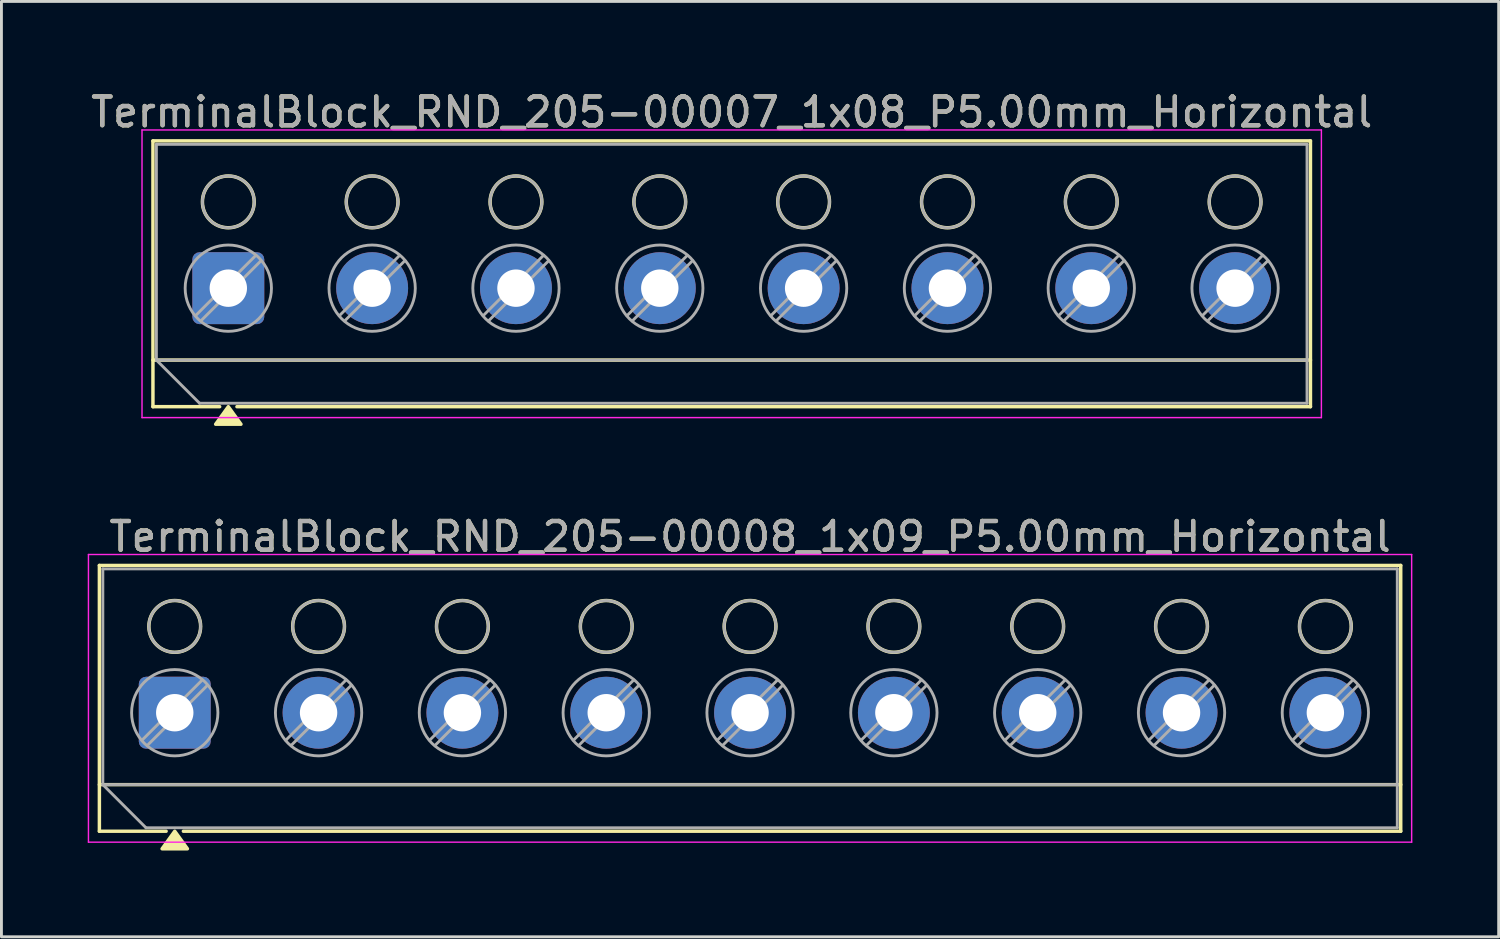
<source format=kicad_pcb>
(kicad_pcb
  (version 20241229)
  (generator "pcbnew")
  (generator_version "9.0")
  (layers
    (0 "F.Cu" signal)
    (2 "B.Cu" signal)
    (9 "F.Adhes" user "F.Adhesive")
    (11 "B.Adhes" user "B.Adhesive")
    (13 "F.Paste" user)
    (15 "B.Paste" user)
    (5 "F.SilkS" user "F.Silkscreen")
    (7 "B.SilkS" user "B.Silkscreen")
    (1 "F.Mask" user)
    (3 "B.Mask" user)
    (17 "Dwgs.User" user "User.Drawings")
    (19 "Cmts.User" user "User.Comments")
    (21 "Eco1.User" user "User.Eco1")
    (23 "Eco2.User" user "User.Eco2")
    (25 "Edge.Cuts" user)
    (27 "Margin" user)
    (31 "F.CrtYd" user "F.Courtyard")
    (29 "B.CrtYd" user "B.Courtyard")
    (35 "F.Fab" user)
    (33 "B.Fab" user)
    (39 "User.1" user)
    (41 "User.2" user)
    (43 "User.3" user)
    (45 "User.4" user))
  (footprint "TerminalBlock_RND_205-00008_1x09_P5.00mm_Horizontal"
    (layer "F.Cu")
    (at 3.025 21.727)
    (property "Reference" "TerminalBlock_RND_205-00008_1x09_P5.00mm_Horizontal" (at 20 -6.12 0) (layer "F.SilkS") (effects (font (size 1 1) (thickness 0.15))))
    (attr through_hole)
    (fp_line (start -2.62 -5.12) (end 42.62 -5.12) (stroke (width 0.12) (type solid)) (layer "F.SilkS"))
    (fp_line (start -2.62 2.5) (end 42.62 2.5) (stroke (width 0.12) (type solid)) (layer "F.SilkS"))
    (fp_line (start -2.62 4.12) (end -2.62 -5.12) (stroke (width 0.12) (type solid)) (layer "F.SilkS"))
    (fp_line (start -0.3 4.12) (end -2.62 4.12) (stroke (width 0.12) (type solid)) (layer "F.SilkS"))
    (fp_line (start 42.62 -5.12) (end 42.62 4.12) (stroke (width 0.12) (type solid)) (layer "F.SilkS"))
    (fp_line (start 42.62 4.12) (end 0.3 4.12) (stroke (width 0.12) (type solid)) (layer "F.SilkS"))
    (fp_circle (center 0 -3) (end 0.9 -3) (stroke (width 0.12) (type solid)) (fill no) (layer "F.SilkS"))
    (fp_circle (center 5 -3) (end 5.9 -3) (stroke (width 0.12) (type solid)) (fill no) (layer "F.SilkS"))
    (fp_circle (center 10 -3) (end 10.9 -3) (stroke (width 0.12) (type solid)) (fill no) (layer "F.SilkS"))
    (fp_circle (center 15 -3) (end 15.9 -3) (stroke (width 0.12) (type solid)) (fill no) (layer "F.SilkS"))
    (fp_circle (center 20 -3) (end 20.9 -3) (stroke (width 0.12) (type solid)) (fill no) (layer "F.SilkS"))
    (fp_circle (center 25 -3) (end 25.9 -3) (stroke (width 0.12) (type solid)) (fill no) (layer "F.SilkS"))
    (fp_circle (center 30 -3) (end 30.9 -3) (stroke (width 0.12) (type solid)) (fill no) (layer "F.SilkS"))
    (fp_circle (center 35 -3) (end 35.9 -3) (stroke (width 0.12) (type solid)) (fill no) (layer "F.SilkS"))
    (fp_circle (center 40 -3) (end 40.9 -3) (stroke (width 0.12) (type solid)) (fill no) (layer "F.SilkS"))
    (fp_poly (pts (xy 0 4.12) (xy 0.44 4.73) (xy -0.44 4.73)) (stroke (width 0.12) (type solid)) (fill yes) (layer "F.SilkS"))
    (fp_line (start -3 -5.5) (end -3 4.5) (stroke (width 0.05) (type solid)) (layer "F.CrtYd"))
    (fp_line (start -3 4.5) (end 43 4.5) (stroke (width 0.05) (type solid)) (layer "F.CrtYd"))
    (fp_line (start 43 -5.5) (end -3 -5.5) (stroke (width 0.05) (type solid)) (layer "F.CrtYd"))
    (fp_line (start 43 4.5) (end 43 -5.5) (stroke (width 0.05) (type solid)) (layer "F.CrtYd"))
    (fp_line (start -2.5 -5) (end 42.5 -5) (stroke (width 0.1) (type solid)) (layer "F.Fab"))
    (fp_line (start -2.5 2.5) (end -2.5 -5) (stroke (width 0.1) (type solid)) (layer "F.Fab"))
    (fp_line (start -2.5 2.5) (end 42.5 2.5) (stroke (width 0.1) (type solid)) (layer "F.Fab"))
    (fp_line (start -1 4) (end -2.5 2.5) (stroke (width 0.1) (type solid)) (layer "F.Fab"))
    (fp_line (start 0.955 -1.138) (end -1.138 0.955) (stroke (width 0.1) (type solid)) (layer "F.Fab"))
    (fp_line (start 1.138 -0.955) (end -0.955 1.138) (stroke (width 0.1) (type solid)) (layer "F.Fab"))
    (fp_line (start 5.955 -1.138) (end 3.862 0.955) (stroke (width 0.1) (type solid)) (layer "F.Fab"))
    (fp_line (start 6.138 -0.955) (end 4.045 1.138) (stroke (width 0.1) (type solid)) (layer "F.Fab"))
    (fp_line (start 10.955 -1.138) (end 8.862 0.955) (stroke (width 0.1) (type solid)) (layer "F.Fab"))
    (fp_line (start 11.138 -0.955) (end 9.045 1.138) (stroke (width 0.1) (type solid)) (layer "F.Fab"))
    (fp_line (start 15.955 -1.138) (end 13.862 0.955) (stroke (width 0.1) (type solid)) (layer "F.Fab"))
    (fp_line (start 16.138 -0.955) (end 14.045 1.138) (stroke (width 0.1) (type solid)) (layer "F.Fab"))
    (fp_line (start 20.955 -1.138) (end 18.862 0.955) (stroke (width 0.1) (type solid)) (layer "F.Fab"))
    (fp_line (start 21.138 -0.955) (end 19.045 1.138) (stroke (width 0.1) (type solid)) (layer "F.Fab"))
    (fp_line (start 25.955 -1.138) (end 23.862 0.955) (stroke (width 0.1) (type solid)) (layer "F.Fab"))
    (fp_line (start 26.138 -0.955) (end 24.045 1.138) (stroke (width 0.1) (type solid)) (layer "F.Fab"))
    (fp_line (start 30.955 -1.138) (end 28.862 0.955) (stroke (width 0.1) (type solid)) (layer "F.Fab"))
    (fp_line (start 31.138 -0.955) (end 29.045 1.138) (stroke (width 0.1) (type solid)) (layer "F.Fab"))
    (fp_line (start 35.955 -1.138) (end 33.862 0.955) (stroke (width 0.1) (type solid)) (layer "F.Fab"))
    (fp_line (start 36.138 -0.955) (end 34.045 1.138) (stroke (width 0.1) (type solid)) (layer "F.Fab"))
    (fp_line (start 40.955 -1.138) (end 38.862 0.955) (stroke (width 0.1) (type solid)) (layer "F.Fab"))
    (fp_line (start 41.138 -0.955) (end 39.045 1.138) (stroke (width 0.1) (type solid)) (layer "F.Fab"))
    (fp_line (start 42.5 -5) (end 42.5 4) (stroke (width 0.1) (type solid)) (layer "F.Fab"))
    (fp_line (start 42.5 4) (end -1 4) (stroke (width 0.1) (type solid)) (layer "F.Fab"))
    (fp_circle (center 0 -3) (end 0.9 -3) (stroke (width 0.1) (type solid)) (fill no) (layer "F.Fab"))
    (fp_circle (center 0 0) (end 1.5 0) (stroke (width 0.1) (type solid)) (fill no) (layer "F.Fab"))
    (fp_circle (center 5 -3) (end 5.9 -3) (stroke (width 0.1) (type solid)) (fill no) (layer "F.Fab"))
    (fp_circle (center 5 0) (end 6.5 0) (stroke (width 0.1) (type solid)) (fill no) (layer "F.Fab"))
    (fp_circle (center 10 -3) (end 10.9 -3) (stroke (width 0.1) (type solid)) (fill no) (layer "F.Fab"))
    (fp_circle (center 10 0) (end 11.5 0) (stroke (width 0.1) (type solid)) (fill no) (layer "F.Fab"))
    (fp_circle (center 15 -3) (end 15.9 -3) (stroke (width 0.1) (type solid)) (fill no) (layer "F.Fab"))
    (fp_circle (center 15 0) (end 16.5 0) (stroke (width 0.1) (type solid)) (fill no) (layer "F.Fab"))
    (fp_circle (center 20 -3) (end 20.9 -3) (stroke (width 0.1) (type solid)) (fill no) (layer "F.Fab"))
    (fp_circle (center 20 0) (end 21.5 0) (stroke (width 0.1) (type solid)) (fill no) (layer "F.Fab"))
    (fp_circle (center 25 -3) (end 25.9 -3) (stroke (width 0.1) (type solid)) (fill no) (layer "F.Fab"))
    (fp_circle (center 25 0) (end 26.5 0) (stroke (width 0.1) (type solid)) (fill no) (layer "F.Fab"))
    (fp_circle (center 30 -3) (end 30.9 -3) (stroke (width 0.1) (type solid)) (fill no) (layer "F.Fab"))
    (fp_circle (center 30 0) (end 31.5 0) (stroke (width 0.1) (type solid)) (fill no) (layer "F.Fab"))
    (fp_circle (center 35 -3) (end 35.9 -3) (stroke (width 0.1) (type solid)) (fill no) (layer "F.Fab"))
    (fp_circle (center 35 0) (end 36.5 0) (stroke (width 0.1) (type solid)) (fill no) (layer "F.Fab"))
    (fp_circle (center 40 -3) (end 40.9 -3) (stroke (width 0.1) (type solid)) (fill no) (layer "F.Fab"))
    (fp_circle (center 40 0) (end 41.5 0) (stroke (width 0.1) (type solid)) (fill no) (layer "F.Fab"))
    (fp_text user "${REFERENCE}" (at 20 -6.12 0) (layer "F.Fab") (effects (font (size 1 1) (thickness 0.15))))
    (pad "1" thru_hole roundrect (at 0 0) (size 2.5 2.5) (drill 1.3) (layers "*.Cu" "*.Mask") (roundrect_rratio 0.1))
    (pad "2" thru_hole circle (at 5 0) (size 2.5 2.5) (drill 1.3) (layers "*.Cu" "*.Mask"))
    (pad "3" thru_hole circle (at 10 0) (size 2.5 2.5) (drill 1.3) (layers "*.Cu" "*.Mask"))
    (pad "4" thru_hole circle (at 15 0) (size 2.5 2.5) (drill 1.3) (layers "*.Cu" "*.Mask"))
    (pad "5" thru_hole circle (at 20 0) (size 2.5 2.5) (drill 1.3) (layers "*.Cu" "*.Mask"))
    (pad "6" thru_hole circle (at 25 0) (size 2.5 2.5) (drill 1.3) (layers "*.Cu" "*.Mask"))
    (pad "7" thru_hole circle (at 30 0) (size 2.5 2.5) (drill 1.3) (layers "*.Cu" "*.Mask"))
    (pad "8" thru_hole circle (at 35 0) (size 2.5 2.5) (drill 1.3) (layers "*.Cu" "*.Mask"))
    (pad "9" thru_hole circle (at 40 0) (size 2.5 2.5) (drill 1.3) (layers "*.Cu" "*.Mask")))
  (footprint "TerminalBlock_RND_205-00007_1x08_P5.00mm_Horizontal"
    (layer "F.Cu")
    (at 4.887 6.968)
    (property "Reference" "TerminalBlock_RND_205-00007_1x08_P5.00mm_Horizontal" (at 17.5 -6.12 0) (layer "F.SilkS") (effects (font (size 1 1) (thickness 0.15))))
    (attr through_hole)
    (fp_line (start -2.62 -5.12) (end 37.62 -5.12) (stroke (width 0.12) (type solid)) (layer "F.SilkS"))
    (fp_line (start -2.62 2.5) (end 37.62 2.5) (stroke (width 0.12) (type solid)) (layer "F.SilkS"))
    (fp_line (start -2.62 4.12) (end -2.62 -5.12) (stroke (width 0.12) (type solid)) (layer "F.SilkS"))
    (fp_line (start -0.3 4.12) (end -2.62 4.12) (stroke (width 0.12) (type solid)) (layer "F.SilkS"))
    (fp_line (start 37.62 -5.12) (end 37.62 4.12) (stroke (width 0.12) (type solid)) (layer "F.SilkS"))
    (fp_line (start 37.62 4.12) (end 0.3 4.12) (stroke (width 0.12) (type solid)) (layer "F.SilkS"))
    (fp_circle (center 0 -3) (end 0.9 -3) (stroke (width 0.12) (type solid)) (fill no) (layer "F.SilkS"))
    (fp_circle (center 5 -3) (end 5.9 -3) (stroke (width 0.12) (type solid)) (fill no) (layer "F.SilkS"))
    (fp_circle (center 10 -3) (end 10.9 -3) (stroke (width 0.12) (type solid)) (fill no) (layer "F.SilkS"))
    (fp_circle (center 15 -3) (end 15.9 -3) (stroke (width 0.12) (type solid)) (fill no) (layer "F.SilkS"))
    (fp_circle (center 20 -3) (end 20.9 -3) (stroke (width 0.12) (type solid)) (fill no) (layer "F.SilkS"))
    (fp_circle (center 25 -3) (end 25.9 -3) (stroke (width 0.12) (type solid)) (fill no) (layer "F.SilkS"))
    (fp_circle (center 30 -3) (end 30.9 -3) (stroke (width 0.12) (type solid)) (fill no) (layer "F.SilkS"))
    (fp_circle (center 35 -3) (end 35.9 -3) (stroke (width 0.12) (type solid)) (fill no) (layer "F.SilkS"))
    (fp_poly (pts (xy 0 4.12) (xy 0.44 4.73) (xy -0.44 4.73)) (stroke (width 0.12) (type solid)) (fill yes) (layer "F.SilkS"))
    (fp_line (start -3 -5.5) (end -3 4.5) (stroke (width 0.05) (type solid)) (layer "F.CrtYd"))
    (fp_line (start -3 4.5) (end 38 4.5) (stroke (width 0.05) (type solid)) (layer "F.CrtYd"))
    (fp_line (start 38 -5.5) (end -3 -5.5) (stroke (width 0.05) (type solid)) (layer "F.CrtYd"))
    (fp_line (start 38 4.5) (end 38 -5.5) (stroke (width 0.05) (type solid)) (layer "F.CrtYd"))
    (fp_line (start -2.5 -5) (end 37.5 -5) (stroke (width 0.1) (type solid)) (layer "F.Fab"))
    (fp_line (start -2.5 2.5) (end -2.5 -5) (stroke (width 0.1) (type solid)) (layer "F.Fab"))
    (fp_line (start -2.5 2.5) (end 37.5 2.5) (stroke (width 0.1) (type solid)) (layer "F.Fab"))
    (fp_line (start -1 4) (end -2.5 2.5) (stroke (width 0.1) (type solid)) (layer "F.Fab"))
    (fp_line (start 0.955 -1.138) (end -1.138 0.955) (stroke (width 0.1) (type solid)) (layer "F.Fab"))
    (fp_line (start 1.138 -0.955) (end -0.955 1.138) (stroke (width 0.1) (type solid)) (layer "F.Fab"))
    (fp_line (start 5.955 -1.138) (end 3.862 0.955) (stroke (width 0.1) (type solid)) (layer "F.Fab"))
    (fp_line (start 6.138 -0.955) (end 4.045 1.138) (stroke (width 0.1) (type solid)) (layer "F.Fab"))
    (fp_line (start 10.955 -1.138) (end 8.862 0.955) (stroke (width 0.1) (type solid)) (layer "F.Fab"))
    (fp_line (start 11.138 -0.955) (end 9.045 1.138) (stroke (width 0.1) (type solid)) (layer "F.Fab"))
    (fp_line (start 15.955 -1.138) (end 13.862 0.955) (stroke (width 0.1) (type solid)) (layer "F.Fab"))
    (fp_line (start 16.138 -0.955) (end 14.045 1.138) (stroke (width 0.1) (type solid)) (layer "F.Fab"))
    (fp_line (start 20.955 -1.138) (end 18.862 0.955) (stroke (width 0.1) (type solid)) (layer "F.Fab"))
    (fp_line (start 21.138 -0.955) (end 19.045 1.138) (stroke (width 0.1) (type solid)) (layer "F.Fab"))
    (fp_line (start 25.955 -1.138) (end 23.862 0.955) (stroke (width 0.1) (type solid)) (layer "F.Fab"))
    (fp_line (start 26.138 -0.955) (end 24.045 1.138) (stroke (width 0.1) (type solid)) (layer "F.Fab"))
    (fp_line (start 30.955 -1.138) (end 28.862 0.955) (stroke (width 0.1) (type solid)) (layer "F.Fab"))
    (fp_line (start 31.138 -0.955) (end 29.045 1.138) (stroke (width 0.1) (type solid)) (layer "F.Fab"))
    (fp_line (start 35.955 -1.138) (end 33.862 0.955) (stroke (width 0.1) (type solid)) (layer "F.Fab"))
    (fp_line (start 36.138 -0.955) (end 34.045 1.138) (stroke (width 0.1) (type solid)) (layer "F.Fab"))
    (fp_line (start 37.5 -5) (end 37.5 4) (stroke (width 0.1) (type solid)) (layer "F.Fab"))
    (fp_line (start 37.5 4) (end -1 4) (stroke (width 0.1) (type solid)) (layer "F.Fab"))
    (fp_circle (center 0 -3) (end 0.9 -3) (stroke (width 0.1) (type solid)) (fill no) (layer "F.Fab"))
    (fp_circle (center 0 0) (end 1.5 0) (stroke (width 0.1) (type solid)) (fill no) (layer "F.Fab"))
    (fp_circle (center 5 -3) (end 5.9 -3) (stroke (width 0.1) (type solid)) (fill no) (layer "F.Fab"))
    (fp_circle (center 5 0) (end 6.5 0) (stroke (width 0.1) (type solid)) (fill no) (layer "F.Fab"))
    (fp_circle (center 10 -3) (end 10.9 -3) (stroke (width 0.1) (type solid)) (fill no) (layer "F.Fab"))
    (fp_circle (center 10 0) (end 11.5 0) (stroke (width 0.1) (type solid)) (fill no) (layer "F.Fab"))
    (fp_circle (center 15 -3) (end 15.9 -3) (stroke (width 0.1) (type solid)) (fill no) (layer "F.Fab"))
    (fp_circle (center 15 0) (end 16.5 0) (stroke (width 0.1) (type solid)) (fill no) (layer "F.Fab"))
    (fp_circle (center 20 -3) (end 20.9 -3) (stroke (width 0.1) (type solid)) (fill no) (layer "F.Fab"))
    (fp_circle (center 20 0) (end 21.5 0) (stroke (width 0.1) (type solid)) (fill no) (layer "F.Fab"))
    (fp_circle (center 25 -3) (end 25.9 -3) (stroke (width 0.1) (type solid)) (fill no) (layer "F.Fab"))
    (fp_circle (center 25 0) (end 26.5 0) (stroke (width 0.1) (type solid)) (fill no) (layer "F.Fab"))
    (fp_circle (center 30 -3) (end 30.9 -3) (stroke (width 0.1) (type solid)) (fill no) (layer "F.Fab"))
    (fp_circle (center 30 0) (end 31.5 0) (stroke (width 0.1) (type solid)) (fill no) (layer "F.Fab"))
    (fp_circle (center 35 -3) (end 35.9 -3) (stroke (width 0.1) (type solid)) (fill no) (layer "F.Fab"))
    (fp_circle (center 35 0) (end 36.5 0) (stroke (width 0.1) (type solid)) (fill no) (layer "F.Fab"))
    (fp_text user "${REFERENCE}" (at 17.5 -6.12 0) (layer "F.Fab") (effects (font (size 1 1) (thickness 0.15))))
    (pad "1" thru_hole roundrect (at 0 0) (size 2.5 2.5) (drill 1.3) (layers "*.Cu" "*.Mask") (roundrect_rratio 0.1))
    (pad "2" thru_hole circle (at 5 0) (size 2.5 2.5) (drill 1.3) (layers "*.Cu" "*.Mask"))
    (pad "3" thru_hole circle (at 10 0) (size 2.5 2.5) (drill 1.3) (layers "*.Cu" "*.Mask"))
    (pad "4" thru_hole circle (at 15 0) (size 2.5 2.5) (drill 1.3) (layers "*.Cu" "*.Mask"))
    (pad "5" thru_hole circle (at 20 0) (size 2.5 2.5) (drill 1.3) (layers "*.Cu" "*.Mask"))
    (pad "6" thru_hole circle (at 25 0) (size 2.5 2.5) (drill 1.3) (layers "*.Cu" "*.Mask"))
    (pad "7" thru_hole circle (at 30 0) (size 2.5 2.5) (drill 1.3) (layers "*.Cu" "*.Mask"))
    (pad "8" thru_hole circle (at 35 0) (size 2.5 2.5) (drill 1.3) (layers "*.Cu" "*.Mask")))
  (gr_rect
    (start -3 -3)
    (end 49.05 29.517)
    (stroke (width 0.1) (type default))
    (fill no)
    (layer "Edge.Cuts")))
</source>
